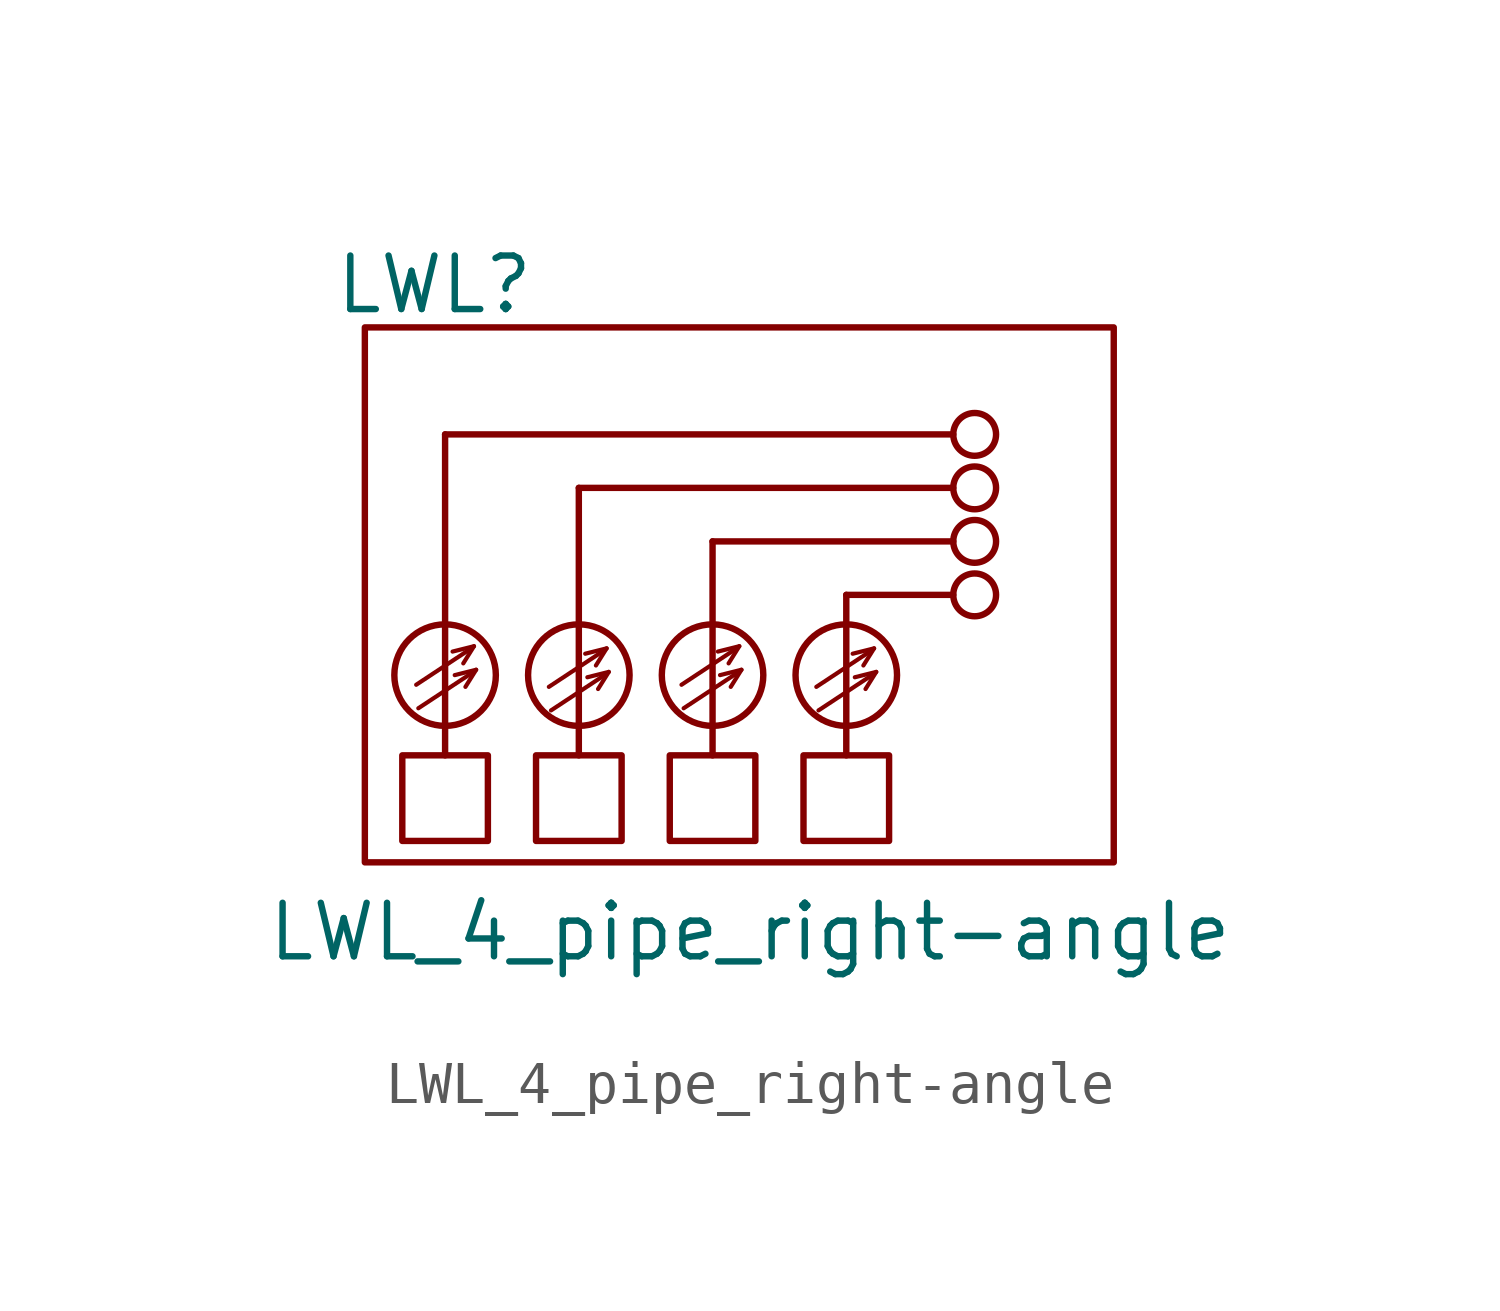
<source format=kicad_sym>
(kicad_symbol_lib
  (version 20211014)
  (generator kicad_symbol_editor)
  (symbol "LWL_4_pipe_right-angle"
    (property "Reference" "LWL"
      (at -7.239 9.906 0)
      (effects (font (size 1.27 1.27))))
    (property "Value" "LWL_4_pipe_right-angle"
      (at 0.254 -5.461 0)
      (effects (font (size 1.27 1.27))))
    (symbol "LWL_4_pipe_right-angle_0_1"
      (rectangle (start -8.89 8.89) (end 8.89 -3.81) (stroke (width 0) (type default) (color 0 0 0 0)) (fill (type none)))
      (rectangle (start -8.001 -1.27) (end -5.969 -3.302) (stroke (width 0) (type default) (color 0 0 0 0)) (fill (type none)))
      (circle (center -6.985 0.635) (radius 1.205) (stroke (width 0) (type default) (color 0 0 0 0)) (fill (type none)))
      (rectangle (start -4.826 -1.27) (end -2.794 -3.302) (stroke (width 0) (type default) (color 0 0 0 0)) (fill (type none)))
      (circle (center -3.81 0.635) (radius 1.205) (stroke (width 0) (type default) (color 0 0 0 0)) (fill (type none)))
      (rectangle (start -1.651 -1.27) (end 0.381 -3.302) (stroke (width 0) (type default) (color 0 0 0 0)) (fill (type none)))
      (circle (center -0.635 0.635) (radius 1.205) (stroke (width 0) (type default) (color 0 0 0 0)) (fill (type none)))
      (polyline (pts (xy -7.671 0.406) (xy -6.401 1.245)) (stroke (width 0.1) (type default) (color 0 0 0 0)) (fill (type none)))
      (polyline (pts (xy -7.62 -0.152) (xy -6.35 0.686)) (stroke (width 0.1) (type default) (color 0 0 0 0)) (fill (type none)))
      (polyline (pts (xy -6.985 -1.27) (xy -6.985 6.35)) (stroke (width 0) (type default) (color 0 0 0 0)) (fill (type none)))
      (polyline (pts (xy -6.299 1.321) (xy -6.807 1.194)) (stroke (width 0.1) (type default) (color 0 0 0 0)) (fill (type none)))
      (polyline (pts (xy -6.299 1.321) (xy -6.553 0.914)) (stroke (width 0.1) (type default) (color 0 0 0 0)) (fill (type none)))
      (polyline (pts (xy -6.248 0.762) (xy -6.756 0.635)) (stroke (width 0.1) (type default) (color 0 0 0 0)) (fill (type none)))
      (polyline (pts (xy -6.248 0.762) (xy -6.502 0.356)) (stroke (width 0.1) (type default) (color 0 0 0 0)) (fill (type none)))
      (polyline (pts (xy -4.521 0.356) (xy -3.251 1.194)) (stroke (width 0.1) (type default) (color 0 0 0 0)) (fill (type none)))
      (polyline (pts (xy -4.47 -0.203) (xy -3.2 0.635)) (stroke (width 0.1) (type default) (color 0 0 0 0)) (fill (type none)))
      (polyline (pts (xy -3.81 -1.27) (xy -3.81 5.08)) (stroke (width 0) (type default) (color 0 0 0 0)) (fill (type none)))
      (polyline (pts (xy -3.15 1.27) (xy -3.658 1.143)) (stroke (width 0.1) (type default) (color 0 0 0 0)) (fill (type none)))
      (polyline (pts (xy -3.15 1.27) (xy -3.404 0.864)) (stroke (width 0.1) (type default) (color 0 0 0 0)) (fill (type none)))
      (polyline (pts (xy -3.099 0.711) (xy -3.607 0.584)) (stroke (width 0.1) (type default) (color 0 0 0 0)) (fill (type none)))
      (polyline (pts (xy -3.099 0.711) (xy -3.353 0.305)) (stroke (width 0.1) (type default) (color 0 0 0 0)) (fill (type none)))
      (polyline (pts (xy -1.372 0.406) (xy -0.102 1.245)) (stroke (width 0.1) (type default) (color 0 0 0 0)) (fill (type none)))
      (polyline (pts (xy -1.321 -0.152) (xy -0.051 0.686)) (stroke (width 0.1) (type default) (color 0 0 0 0)) (fill (type none)))
      (polyline (pts (xy -0.635 -1.27) (xy -0.635 3.81)) (stroke (width 0) (type default) (color 0 0 0 0)) (fill (type none)))
      (polyline (pts (xy -0.635 3.81) (xy 5.08 3.81)) (stroke (width 0) (type default) (color 0 0 0 0)) (fill (type none)))
      (polyline (pts (xy 0 1.321) (xy -0.508 1.194)) (stroke (width 0.1) (type default) (color 0 0 0 0)) (fill (type none)))
      (polyline (pts (xy 0 1.321) (xy -0.254 0.914)) (stroke (width 0.1) (type default) (color 0 0 0 0)) (fill (type none)))
      (polyline (pts (xy 0.051 0.762) (xy -0.457 0.635)) (stroke (width 0.1) (type default) (color 0 0 0 0)) (fill (type none)))
      (polyline (pts (xy 0.051 0.762) (xy -0.203 0.356)) (stroke (width 0.1) (type default) (color 0 0 0 0)) (fill (type none)))
      (polyline (pts (xy 1.829 0.356) (xy 3.099 1.194)) (stroke (width 0.1) (type default) (color 0 0 0 0)) (fill (type none)))
      (polyline (pts (xy 1.88 -0.203) (xy 3.15 0.635)) (stroke (width 0.1) (type default) (color 0 0 0 0)) (fill (type none)))
      (polyline (pts (xy 2.54 -1.27) (xy 2.54 2.54)) (stroke (width 0) (type default) (color 0 0 0 0)) (fill (type none)))
      (polyline (pts (xy 2.54 2.54) (xy 5.08 2.54)) (stroke (width 0) (type default) (color 0 0 0 0)) (fill (type none)))
      (polyline (pts (xy 3.2 1.27) (xy 2.692 1.143)) (stroke (width 0.1) (type default) (color 0 0 0 0)) (fill (type none)))
      (polyline (pts (xy 3.2 1.27) (xy 2.946 0.864)) (stroke (width 0.1) (type default) (color 0 0 0 0)) (fill (type none)))
      (polyline (pts (xy 3.251 0.711) (xy 2.743 0.584)) (stroke (width 0.1) (type default) (color 0 0 0 0)) (fill (type none)))
      (polyline (pts (xy 3.251 0.711) (xy 2.997 0.305)) (stroke (width 0.1) (type default) (color 0 0 0 0)) (fill (type none)))
      (polyline (pts (xy 5.08 5.08) (xy -3.81 5.08)) (stroke (width 0) (type default) (color 0 0 0 0)) (fill (type none)))
      (polyline (pts (xy 5.08 6.35) (xy -6.985 6.35)) (stroke (width 0) (type default) (color 0 0 0 0)) (fill (type none)))
      (rectangle (start 1.524 -1.27) (end 3.556 -3.302) (stroke (width 0) (type default) (color 0 0 0 0)) (fill (type none)))
      (circle (center 2.54 0.635) (radius 1.205) (stroke (width 0) (type default) (color 0 0 0 0)) (fill (type none)))
      (circle (center 5.588 2.54) (radius 0.508) (stroke (width 0) (type default) (color 0 0 0 0)) (fill (type none)))
      (circle (center 5.588 3.81) (radius 0.508) (stroke (width 0) (type default) (color 0 0 0 0)) (fill (type none)))
      (circle (center 5.588 5.08) (radius 0.508) (stroke (width 0) (type default) (color 0 0 0 0)) (fill (type none)))
      (circle (center 5.588 6.35) (radius 0.508) (stroke (width 0) (type default) (color 0 0 0 0)) (fill (type none))))))
</source>
